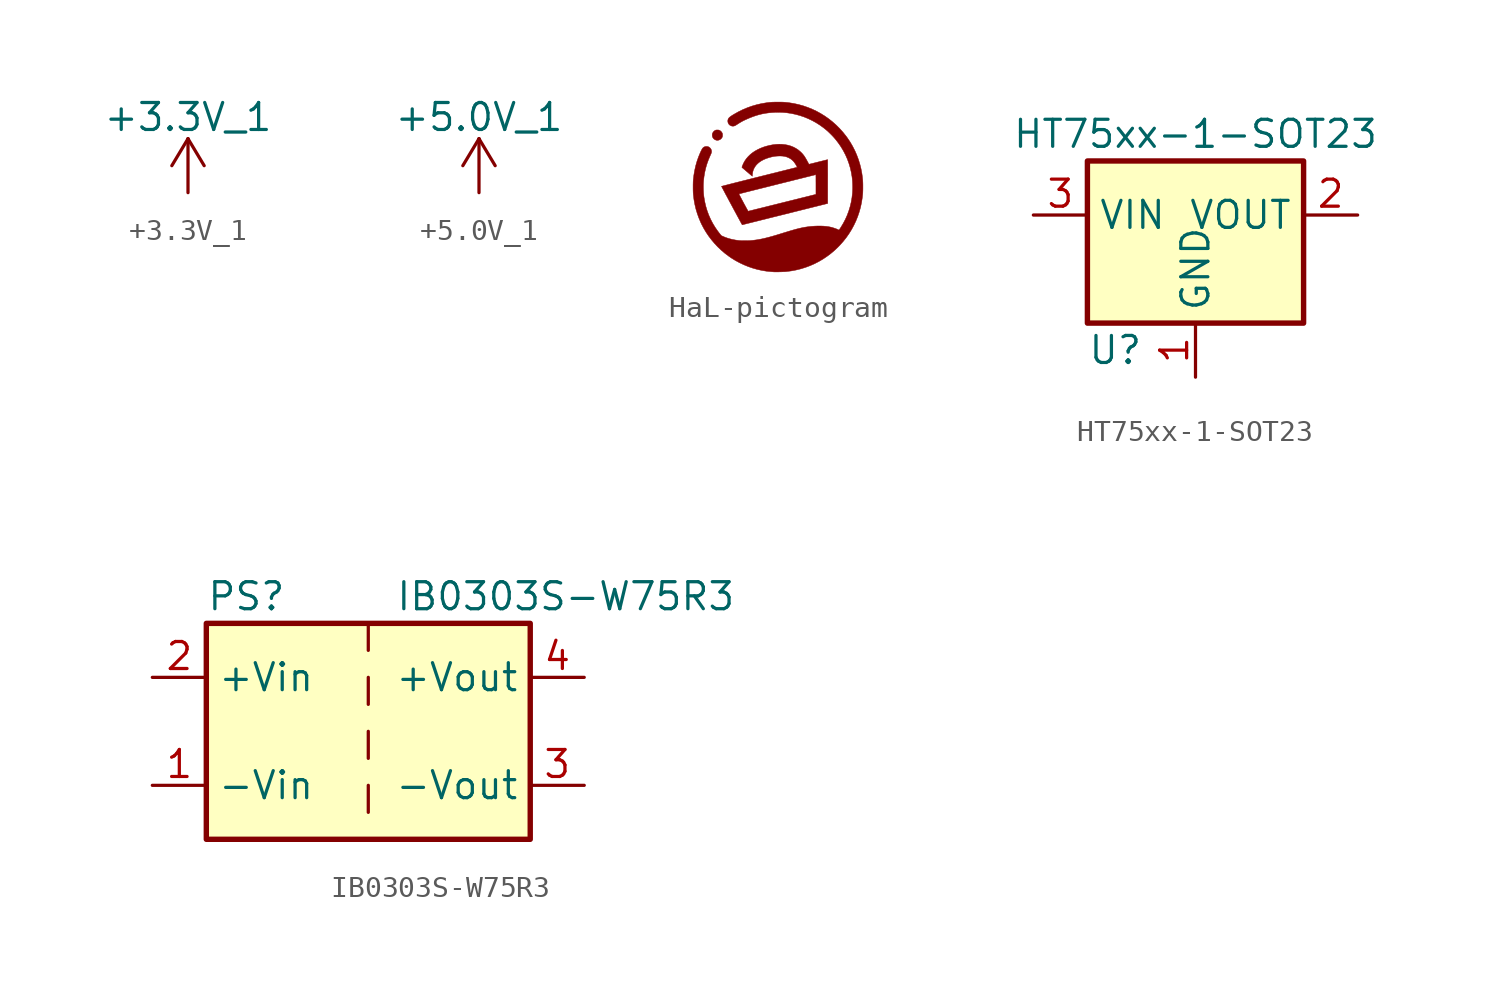
<source format=kicad_sym>
(kicad_symbol_lib
  (version 20231120)
  (generator "kicad_symbol_editor")
  (generator_version "8.0")
  (symbol "+3.3V_1"
    (power)
    (pin_names
      (offset 0))
    (property "Reference" "#PWR"
      (at 0 -3.81 0)
      (effects (font (size 1.27 1.27)) (hide yes)))
    (property "Value" "+3.3V_1"
      (at 0 3.556 0)
      (effects (font (size 1.27 1.27))))
    (symbol "+3.3V_1_0_1"
      (polyline (pts (xy -0.762 1.27) (xy 0 2.54)) (stroke (width 0) (type default)) (fill (type none)))
      (polyline (pts (xy 0 0) (xy 0 2.54)) (stroke (width 0) (type default)) (fill (type none)))
      (polyline (pts (xy 0 2.54) (xy 0.762 1.27)) (stroke (width 0) (type default)) (fill (type none))))
    (symbol "+3.3V_1_1_1"
      (pin power_in line (at 0 0 90) (length 0) hide (name "+3.3V_1" (effects (font (size 1.27 1.27)))) (number "1" (effects (font (size 1.27 1.27)))))))
  (symbol "+5.0V_1"
    (power)
    (pin_names
      (offset 0))
    (property "Reference" "#PWR"
      (at 0 -3.81 0)
      (effects (font (size 1.27 1.27)) (hide yes)))
    (property "Value" "+5.0V_1"
      (at 0 3.556 0)
      (effects (font (size 1.27 1.27))))
    (symbol "+5.0V_1_0_1"
      (polyline (pts (xy -0.762 1.27) (xy 0 2.54)) (stroke (width 0) (type default)) (fill (type none)))
      (polyline (pts (xy 0 0) (xy 0 2.54)) (stroke (width 0) (type default)) (fill (type none)))
      (polyline (pts (xy 0 2.54) (xy 0.762 1.27)) (stroke (width 0) (type default)) (fill (type none))))
    (symbol "+5.0V_1_1_1"
      (pin power_in line (at 0 0 90) (length 0) hide (name "+5.0V_1" (effects (font (size 1.27 1.27)))) (number "1" (effects (font (size 1.27 1.27)))))))
  (symbol "HaL-pictogram"
    (pin_names
      (offset 1.016))
    (property "Reference" "#G"
      (at 0 3.365 0)
      (effects (font (size 1.27 1.27)) (hide yes)))
    (symbol "HaL-pictogram_0_0"
      (polyline (pts (xy -2.787 2.206) (xy -2.738 2.226) (xy -2.693 2.256) (xy -2.656 2.294) (xy -2.627 2.34) (xy -2.625 2.345) (xy -2.617 2.365) (xy -2.613 2.384) (xy -2.611 2.408) (xy -2.61 2.44) (xy -2.61 2.453) (xy -2.611 2.482) (xy -2.614 2.503) (xy -2.62 2.522) (xy -2.629 2.544) (xy -2.634 2.553) (xy -2.664 2.598) (xy -2.704 2.636) (xy -2.75 2.665) (xy -2.759 2.669) (xy -2.779 2.676) (xy -2.798 2.681) (xy -2.821 2.683) (xy -2.853 2.683) (xy -2.862 2.683) (xy -2.892 2.683) (xy -2.914 2.68) (xy -2.933 2.675) (xy -2.953 2.666) (xy -2.964 2.661) (xy -3.009 2.63) (xy -3.046 2.589) (xy -3.075 2.542) (xy -3.085 2.518) (xy -3.092 2.497) (xy -3.095 2.474) (xy -3.096 2.443) (xy -3.094 2.412) (xy -3.084 2.362) (xy -3.064 2.318) (xy -3.033 2.277) (xy -2.999 2.246) (xy -2.951 2.218) (xy -2.9 2.2) (xy -2.892 2.199) (xy -2.839 2.196) (xy -2.787 2.206)) (stroke (width 0.01) (type default)) (fill (type outline)))
      (polyline (pts (xy -1.682 -1.779) (xy -1.67 -1.776) (xy -1.645 -1.77) (xy -1.608 -1.761) (xy -1.56 -1.749) (xy -1.502 -1.735) (xy -1.433 -1.717) (xy -1.354 -1.698) (xy -1.266 -1.676) (xy -1.17 -1.652) (xy -1.065 -1.626) (xy -0.952 -1.598) (xy -0.832 -1.568) (xy -0.705 -1.536) (xy -0.572 -1.503) (xy -0.434 -1.468) (xy -0.289 -1.432) (xy -0.141 -1.395) (xy 0.013 -1.357) (xy 0.17 -1.318) (xy 0.33 -1.278) (xy 2.337 -0.776) (xy 2.338 0.255) (xy 2.338 0.308) (xy 2.338 0.423) (xy 2.339 0.533) (xy 2.339 0.639) (xy 2.338 0.74) (xy 2.338 0.834) (xy 2.338 0.921) (xy 2.338 1.001) (xy 2.338 1.073) (xy 2.337 1.135) (xy 2.337 1.188) (xy 2.337 1.23) (xy 2.336 1.261) (xy 2.336 1.28) (xy 2.335 1.286) (xy 2.333 1.286) (xy 2.319 1.283) (xy 2.294 1.277) (xy 2.259 1.268) (xy 2.215 1.257) (xy 2.162 1.244) (xy 2.103 1.229) (xy 2.038 1.213) (xy 1.967 1.196) (xy 1.893 1.177) (xy 1.853 1.167) (xy 1.781 1.149) (xy 1.714 1.132) (xy 1.652 1.117) (xy 1.596 1.103) (xy 1.549 1.091) (xy 1.51 1.082) (xy 1.481 1.075) (xy 1.463 1.07) (xy 1.456 1.069) (xy 1.455 1.072) (xy 1.448 1.085) (xy 1.436 1.106) (xy 1.42 1.136) (xy 1.401 1.171) (xy 1.38 1.21) (xy 1.35 1.266) (xy 1.309 1.338) (xy 1.27 1.401) (xy 1.234 1.457) (xy 1.197 1.507) (xy 1.159 1.553) (xy 1.119 1.597) (xy 1.075 1.64) (xy 1.046 1.667) (xy 0.947 1.749) (xy 0.839 1.819) (xy 0.725 1.879) (xy 0.604 1.928) (xy 0.476 1.966) (xy 0.343 1.992) (xy 0.204 2.008) (xy 0.061 2.013) (xy -0.088 2.006) (xy -0.24 1.988) (xy -0.397 1.958) (xy -0.557 1.918) (xy -0.679 1.879) (xy -0.824 1.823) (xy -0.96 1.759) (xy -1.087 1.688) (xy -1.203 1.609) (xy -1.31 1.523) (xy -1.405 1.43) (xy -1.49 1.331) (xy -1.563 1.225) (xy -1.626 1.112) (xy -1.676 0.994) (xy -1.684 0.972) (xy -1.692 0.948) (xy -1.696 0.932) (xy -1.696 0.922) (xy -1.692 0.917) (xy -1.687 0.912) (xy -1.672 0.899) (xy -1.649 0.879) (xy -1.618 0.853) (xy -1.582 0.822) (xy -1.54 0.787) (xy -1.495 0.748) (xy -1.447 0.707) (xy -1.21 0.506) (xy -1.208 0.538) (xy -1.208 0.544) (xy -1.204 0.599) (xy -1.196 0.655) (xy -1.187 0.708) (xy -1.176 0.753) (xy -1.169 0.775) (xy -1.133 0.866) (xy -1.084 0.952) (xy -1.024 1.032) (xy -0.952 1.106) (xy -0.869 1.174) (xy -0.774 1.236) (xy -0.668 1.291) (xy -0.551 1.34) (xy -0.423 1.382) (xy -0.363 1.399) (xy -0.279 1.42) (xy -0.201 1.436) (xy -0.125 1.447) (xy -0.045 1.454) (xy 0.04 1.458) (xy 0.111 1.459) (xy 0.2 1.455) (xy 0.281 1.445) (xy 0.356 1.429) (xy 0.427 1.407) (xy 0.497 1.377) (xy 0.544 1.353) (xy 0.597 1.321) (xy 0.647 1.284) (xy 0.699 1.237) (xy 0.726 1.21) (xy 0.775 1.149) (xy 0.824 1.077) (xy 0.872 0.993) (xy 0.906 0.929) (xy -0.877 0.483) (xy -0.96 0.462) (xy -1.145 0.416) (xy -1.321 0.372) (xy -1.487 0.33) (xy -1.643 0.291) (xy -1.788 0.254) (xy -1.923 0.22) (xy -2.047 0.189) (xy -2.161 0.16) (xy -2.263 0.134) (xy -2.354 0.11) (xy -2.434 0.09) (xy -2.502 0.072) (xy -2.558 0.058) (xy -2.602 0.046) (xy -2.633 0.037) (xy -2.652 0.032) (xy -2.659 0.029) (xy -2.658 0.028) (xy -2.652 0.017) (xy -2.641 -0.004) (xy -2.624 -0.036) (xy -2.602 -0.078) (xy -2.575 -0.129) (xy -2.544 -0.187) (xy -2.509 -0.254) (xy -2.469 -0.327) (xy -2.469 -0.328) (xy -1.835 -0.328) (xy -1.834 -0.325) (xy -1.829 -0.324) (xy -1.812 -0.319) (xy -1.783 -0.312) (xy -1.743 -0.302) (xy -1.692 -0.289) (xy -1.632 -0.274) (xy -1.562 -0.256) (xy -1.484 -0.236) (xy -1.397 -0.215) (xy -1.304 -0.191) (xy -1.204 -0.166) (xy -1.097 -0.139) (xy -0.985 -0.111) (xy -0.869 -0.082) (xy -0.748 -0.052) (xy -0.623 -0.021) (xy -0.496 0.011) (xy -0.366 0.044) (xy -0.235 0.076) (xy -0.103 0.11) (xy 0.029 0.143) (xy 0.162 0.176) (xy 0.293 0.209) (xy 0.423 0.241) (xy 0.551 0.273) (xy 0.676 0.304) (xy 0.797 0.335) (xy 0.915 0.364) (xy 1.027 0.392) (xy 1.135 0.419) (xy 1.236 0.444) (xy 1.331 0.468) (xy 1.419 0.49) (xy 1.498 0.51) (xy 1.57 0.527) (xy 1.632 0.543) (xy 1.684 0.556) (xy 1.726 0.566) (xy 1.757 0.574) (xy 1.776 0.579) (xy 1.783 0.58) (xy 1.784 0.577) (xy 1.784 0.562) (xy 1.785 0.535) (xy 1.785 0.498) (xy 1.786 0.452) (xy 1.786 0.398) (xy 1.786 0.336) (xy 1.786 0.267) (xy 1.787 0.194) (xy 1.787 0.117) (xy 1.787 -0.346) (xy 1.762 -0.353) (xy 1.762 -0.353) (xy 1.752 -0.355) (xy 1.731 -0.361) (xy 1.697 -0.369) (xy 1.653 -0.38) (xy 1.598 -0.394) (xy 1.532 -0.41) (xy 1.458 -0.429) (xy 1.374 -0.45) (xy 1.282 -0.473) (xy 1.182 -0.498) (xy 1.075 -0.524) (xy 0.961 -0.553) (xy 0.841 -0.583) (xy 0.716 -0.614) (xy 0.586 -0.646) (xy 0.451 -0.68) (xy 0.313 -0.714) (xy 0.171 -0.75) (xy 0.161 -0.752) (xy 0.02 -0.787) (xy -0.118 -0.822) (xy -0.252 -0.855) (xy -0.381 -0.887) (xy -0.505 -0.918) (xy -0.624 -0.948) (xy -0.737 -0.976) (xy -0.842 -1.002) (xy -0.94 -1.026) (xy -1.031 -1.048) (xy -1.113 -1.069) (xy -1.186 -1.087) (xy -1.249 -1.103) (xy -1.302 -1.116) (xy -1.345 -1.126) (xy -1.376 -1.134) (xy -1.395 -1.138) (xy -1.403 -1.14) (xy -1.405 -1.138) (xy -1.413 -1.125) (xy -1.426 -1.102) (xy -1.444 -1.07) (xy -1.467 -1.029) (xy -1.494 -0.981) (xy -1.523 -0.927) (xy -1.556 -0.867) (xy -1.591 -0.803) (xy -1.627 -0.735) (xy -1.646 -0.699) (xy -1.687 -0.623) (xy -1.722 -0.557) (xy -1.751 -0.502) (xy -1.776 -0.455) (xy -1.795 -0.417) (xy -1.81 -0.387) (xy -1.822 -0.363) (xy -1.829 -0.346) (xy -1.833 -0.335) (xy -1.835 -0.328) (xy -2.469 -0.328) (xy -2.427 -0.407) (xy -2.381 -0.492) (xy -2.333 -0.583) (xy -2.282 -0.678) (xy -2.229 -0.777) (xy -2.174 -0.879) (xy -2.153 -0.918) (xy -2.099 -1.019) (xy -2.047 -1.116) (xy -1.996 -1.21) (xy -1.949 -1.298) (xy -1.904 -1.381) (xy -1.862 -1.458) (xy -1.824 -1.528) (xy -1.79 -1.591) (xy -1.76 -1.646) (xy -1.734 -1.692) (xy -1.713 -1.73) (xy -1.698 -1.757) (xy -1.688 -1.774) (xy -1.684 -1.78) (xy -1.682 -1.779)) (stroke (width 0.01) (type default)) (fill (type outline)))
      (polyline (pts (xy -0.084 -3.998) (xy -0.033 -3.997) (xy 0.023 -3.997) (xy 0.081 -3.995) (xy 0.139 -3.994) (xy 0.196 -3.992) (xy 0.249 -3.99) (xy 0.295 -3.988) (xy 0.334 -3.986) (xy 0.363 -3.984) (xy 0.391 -3.981) (xy 0.623 -3.951) (xy 0.852 -3.908) (xy 1.075 -3.853) (xy 1.294 -3.785) (xy 1.508 -3.705) (xy 1.716 -3.614) (xy 1.918 -3.51) (xy 2.115 -3.395) (xy 2.304 -3.268) (xy 2.488 -3.13) (xy 2.664 -2.981) (xy 2.833 -2.82) (xy 2.912 -2.739) (xy 3.065 -2.567) (xy 3.208 -2.388) (xy 3.339 -2.201) (xy 3.459 -2.008) (xy 3.567 -1.809) (xy 3.664 -1.605) (xy 3.749 -1.395) (xy 3.822 -1.18) (xy 3.883 -0.962) (xy 3.931 -0.739) (xy 3.966 -0.514) (xy 3.967 -0.506) (xy 3.975 -0.439) (xy 3.982 -0.379) (xy 3.987 -0.322) (xy 3.991 -0.267) (xy 3.993 -0.21) (xy 3.995 -0.149) (xy 3.996 -0.08) (xy 3.996 0) (xy 3.996 0.009) (xy 3.996 0.088) (xy 3.995 0.156) (xy 3.993 0.217) (xy 3.99 0.273) (xy 3.987 0.328) (xy 3.981 0.385) (xy 3.975 0.446) (xy 3.966 0.514) (xy 3.95 0.628) (xy 3.909 0.851) (xy 3.854 1.071) (xy 3.787 1.288) (xy 3.708 1.501) (xy 3.617 1.709) (xy 3.514 1.911) (xy 3.4 2.108) (xy 3.274 2.297) (xy 3.198 2.401) (xy 3.054 2.581) (xy 2.901 2.752) (xy 2.739 2.913) (xy 2.569 3.064) (xy 2.392 3.205) (xy 2.207 3.335) (xy 2.016 3.454) (xy 1.818 3.563) (xy 1.614 3.66) (xy 1.404 3.745) (xy 1.19 3.819) (xy 0.971 3.88) (xy 0.747 3.929) (xy 0.52 3.966) (xy 0.502 3.968) (xy 0.438 3.976) (xy 0.38 3.982) (xy 0.324 3.987) (xy 0.268 3.991) (xy 0.209 3.994) (xy 0.145 3.995) (xy 0.073 3.996) (xy -0.01 3.996) (xy -0.026 3.996) (xy -0.11 3.996) (xy -0.183 3.994) (xy -0.249 3.992) (xy -0.31 3.989) (xy -0.37 3.984) (xy -0.432 3.978) (xy -0.497 3.97) (xy -0.569 3.959) (xy -0.788 3.922) (xy -1.011 3.87) (xy -1.231 3.806) (xy -1.447 3.729) (xy -1.658 3.64) (xy -1.864 3.539) (xy -2.063 3.426) (xy -2.124 3.39) (xy -2.18 3.354) (xy -2.226 3.323) (xy -2.263 3.295) (xy -2.293 3.269) (xy -2.316 3.244) (xy -2.333 3.22) (xy -2.345 3.195) (xy -2.354 3.168) (xy -2.36 3.138) (xy -2.363 3.107) (xy -2.358 3.052) (xy -2.34 2.999) (xy -2.309 2.949) (xy -2.282 2.921) (xy -2.244 2.895) (xy -2.2 2.875) (xy -2.154 2.864) (xy -2.11 2.862) (xy -2.084 2.866) (xy -2.058 2.872) (xy -2.032 2.881) (xy -2.003 2.895) (xy -1.969 2.916) (xy -1.927 2.943) (xy -1.899 2.961) (xy -1.814 3.015) (xy -1.732 3.063) (xy -1.651 3.108) (xy -1.565 3.15) (xy -1.47 3.193) (xy -1.338 3.25) (xy -1.185 3.31) (xy -1.036 3.361) (xy -0.89 3.404) (xy -0.745 3.439) (xy -0.598 3.467) (xy -0.447 3.488) (xy -0.289 3.503) (xy -0.123 3.513) (xy -0.014 3.515) (xy 0.197 3.511) (xy 0.407 3.493) (xy 0.615 3.462) (xy 0.821 3.419) (xy 1.024 3.364) (xy 1.224 3.297) (xy 1.419 3.217) (xy 1.609 3.126) (xy 1.794 3.024) (xy 1.973 2.91) (xy 2.145 2.786) (xy 2.31 2.651) (xy 2.321 2.642) (xy 2.365 2.601) (xy 2.414 2.554) (xy 2.466 2.503) (xy 2.519 2.45) (xy 2.569 2.398) (xy 2.615 2.349) (xy 2.652 2.307) (xy 2.709 2.24) (xy 2.843 2.067) (xy 2.966 1.888) (xy 3.076 1.704) (xy 3.175 1.514) (xy 3.261 1.318) (xy 3.335 1.117) (xy 3.397 0.911) (xy 3.446 0.7) (xy 3.483 0.483) (xy 3.484 0.475) (xy 3.496 0.375) (xy 3.505 0.265) (xy 3.511 0.15) (xy 3.514 0.033) (xy 3.514 -0.082) (xy 3.51 -0.192) (xy 3.504 -0.293) (xy 3.48 -0.503) (xy 3.443 -0.717) (xy 3.393 -0.925) (xy 3.331 -1.129) (xy 3.257 -1.328) (xy 3.17 -1.523) (xy 3.07 -1.714) (xy 2.958 -1.901) (xy 2.947 -1.917) (xy 2.926 -1.948) (xy 2.908 -1.976) (xy 2.894 -1.997) (xy 2.885 -2.009) (xy 2.87 -2.027) (xy 2.807 -1.998) (xy 2.803 -1.996) (xy 2.763 -1.979) (xy 2.714 -1.96) (xy 2.659 -1.941) (xy 2.604 -1.923) (xy 2.551 -1.907) (xy 2.503 -1.894) (xy 2.498 -1.893) (xy 2.388 -1.87) (xy 2.268 -1.853) (xy 2.139 -1.842) (xy 2.003 -1.837) (xy 1.861 -1.837) (xy 1.716 -1.843) (xy 1.567 -1.854) (xy 1.418 -1.871) (xy 1.27 -1.893) (xy 1.123 -1.921) (xy 1.104 -1.925) (xy 1.052 -1.937) (xy 0.999 -1.949) (xy 0.946 -1.962) (xy 0.89 -1.976) (xy 0.831 -1.991) (xy 0.768 -2.009) (xy 0.7 -2.028) (xy 0.625 -2.05) (xy 0.543 -2.074) (xy 0.453 -2.102) (xy 0.353 -2.132) (xy 0.242 -2.166) (xy 0.12 -2.204) (xy -0.007 -2.243) (xy -0.157 -2.288) (xy -0.296 -2.328) (xy -0.427 -2.364) (xy -0.549 -2.395) (xy -0.666 -2.423) (xy -0.776 -2.447) (xy -0.883 -2.467) (xy -0.986 -2.485) (xy -1.088 -2.499) (xy -1.189 -2.511) (xy -1.29 -2.521) (xy -1.32 -2.523) (xy -1.371 -2.525) (xy -1.429 -2.527) (xy -1.491 -2.528) (xy -1.556 -2.528) (xy -1.621 -2.528) (xy -1.682 -2.527) (xy -1.738 -2.526) (xy -1.786 -2.523) (xy -1.823 -2.521) (xy -1.996 -2.498) (xy -2.164 -2.466) (xy -2.324 -2.424) (xy -2.474 -2.374) (xy -2.615 -2.314) (xy -2.673 -2.286) (xy -2.748 -2.191) (xy -2.843 -2.067) (xy -2.966 -1.888) (xy -3.076 -1.704) (xy -3.175 -1.513) (xy -3.261 -1.318) (xy -3.335 -1.117) (xy -3.397 -0.911) (xy -3.446 -0.699) (xy -3.483 -0.483) (xy -3.484 -0.479) (xy -3.496 -0.378) (xy -3.505 -0.267) (xy -3.511 -0.15) (xy -3.514 -0.032) (xy -3.514 0.084) (xy -3.51 0.195) (xy -3.503 0.297) (xy -3.482 0.483) (xy -3.447 0.691) (xy -3.4 0.895) (xy -3.341 1.095) (xy -3.269 1.294) (xy -3.184 1.492) (xy -3.17 1.522) (xy -3.153 1.562) (xy -3.14 1.594) (xy -3.133 1.621) (xy -3.128 1.645) (xy -3.127 1.668) (xy -3.129 1.693) (xy -3.131 1.715) (xy -3.144 1.76) (xy -3.167 1.801) (xy -3.201 1.841) (xy -3.214 1.853) (xy -3.256 1.883) (xy -3.302 1.901) (xy -3.355 1.908) (xy -3.368 1.908) (xy -3.406 1.906) (xy -3.44 1.898) (xy -3.475 1.883) (xy -3.495 1.871) (xy -3.516 1.857) (xy -3.534 1.839) (xy -3.553 1.817) (xy -3.571 1.789) (xy -3.591 1.753) (xy -3.614 1.708) (xy -3.641 1.651) (xy -3.657 1.617) (xy -3.74 1.418) (xy -3.812 1.213) (xy -3.873 1) (xy -3.922 0.781) (xy -3.961 0.554) (xy -3.988 0.32) (xy -3.99 0.285) (xy -3.993 0.235) (xy -3.994 0.176) (xy -3.996 0.111) (xy -3.996 0.041) (xy -3.996 -0.029) (xy -3.996 -0.099) (xy -3.995 -0.166) (xy -3.993 -0.226) (xy -3.991 -0.278) (xy -3.988 -0.32) (xy -3.983 -0.371) (xy -3.955 -0.599) (xy -3.915 -0.82) (xy -3.864 -1.037) (xy -3.8 -1.249) (xy -3.725 -1.459) (xy -3.637 -1.667) (xy -3.605 -1.736) (xy -3.504 -1.931) (xy -3.391 -2.122) (xy -3.267 -2.307) (xy -3.132 -2.485) (xy -2.987 -2.657) (xy -2.833 -2.821) (xy -2.67 -2.976) (xy -2.499 -3.122) (xy -2.32 -3.257) (xy -2.2 -3.34) (xy -2.01 -3.458) (xy -1.812 -3.565) (xy -1.609 -3.661) (xy -1.402 -3.746) (xy -1.19 -3.819) (xy -0.975 -3.88) (xy -0.758 -3.928) (xy -0.539 -3.964) (xy -0.32 -3.986) (xy -0.31 -3.987) (xy -0.273 -3.99) (xy -0.239 -3.993) (xy -0.211 -3.995) (xy -0.193 -3.996) (xy -0.189 -3.996) (xy -0.164 -3.997) (xy -0.128 -3.998) (xy -0.084 -3.998)) (stroke (width 0.01) (type default)) (fill (type outline)))))
  (symbol "HT75xx-1-SOT23"
    (property "Reference" "U"
      (at -5.08 -3.81 0)
      (effects (font (size 1.27 1.27)) (justify left)))
    (property "Value" "HT75xx-1-SOT23"
      (at 0 6.35 0)
      (effects (font (size 1.27 1.27))))
    (symbol "HT75xx-1-SOT23_0_1"
      (rectangle (start -5.08 5.08) (end 5.08 -2.54) (stroke (width 0.254) (type solid)) (fill (type background))))
    (symbol "HT75xx-1-SOT23_1_1"
      (pin power_in line (at 0 -5.08 90) (length 2.54) (name "GND" (effects (font (size 1.27 1.27)))) (number "1" (effects (font (size 1.27 1.27)))))
      (pin power_out line (at 7.62 2.54 180) (length 2.54) (name "VOUT" (effects (font (size 1.27 1.27)))) (number "2" (effects (font (size 1.27 1.27)))))
      (pin power_in line (at -7.62 2.54 0) (length 2.54) (name "VIN" (effects (font (size 1.27 1.27)))) (number "3" (effects (font (size 1.27 1.27)))))))
  (symbol "IB0303S-W75R3"
    (property "Reference" "PS"
      (at -7.62 6.35 0)
      (effects (font (size 1.27 1.27)) (justify left)))
    (property "Value" "IB0303S-W75R3"
      (at 1.27 6.35 0)
      (effects (font (size 1.27 1.27)) (justify left)))
    (symbol "IB0303S-W75R3_0_0"
      (pin power_in line (at -10.16 -2.54 0) (length 2.54) (name "-Vin" (effects (font (size 1.27 1.27)))) (number "1" (effects (font (size 1.27 1.27)))))
      (pin power_in line (at -10.16 2.54 0) (length 2.54) (name "+Vin" (effects (font (size 1.27 1.27)))) (number "2" (effects (font (size 1.27 1.27)))))
      (pin power_out line (at 10.16 -2.54 180) (length 2.54) (name "-Vout" (effects (font (size 1.27 1.27)))) (number "3" (effects (font (size 1.27 1.27)))))
      (pin power_out line (at 10.16 2.54 180) (length 2.54) (name "+Vout" (effects (font (size 1.27 1.27)))) (number "4" (effects (font (size 1.27 1.27))))))
    (symbol "IB0303S-W75R3_0_1"
      (rectangle (start -7.62 5.08) (end 7.62 -5.08) (stroke (width 0.254) (type default)) (fill (type background)))
      (polyline (pts (xy 0 -2.54) (xy 0 -3.81)) (stroke (width 0) (type default)) (fill (type none)))
      (polyline (pts (xy 0 0) (xy 0 -1.27)) (stroke (width 0) (type default)) (fill (type none)))
      (polyline (pts (xy 0 2.54) (xy 0 1.27)) (stroke (width 0) (type default)) (fill (type none)))
      (polyline (pts (xy 0 5.08) (xy 0 3.81)) (stroke (width 0) (type default)) (fill (type none))))))
</source>
